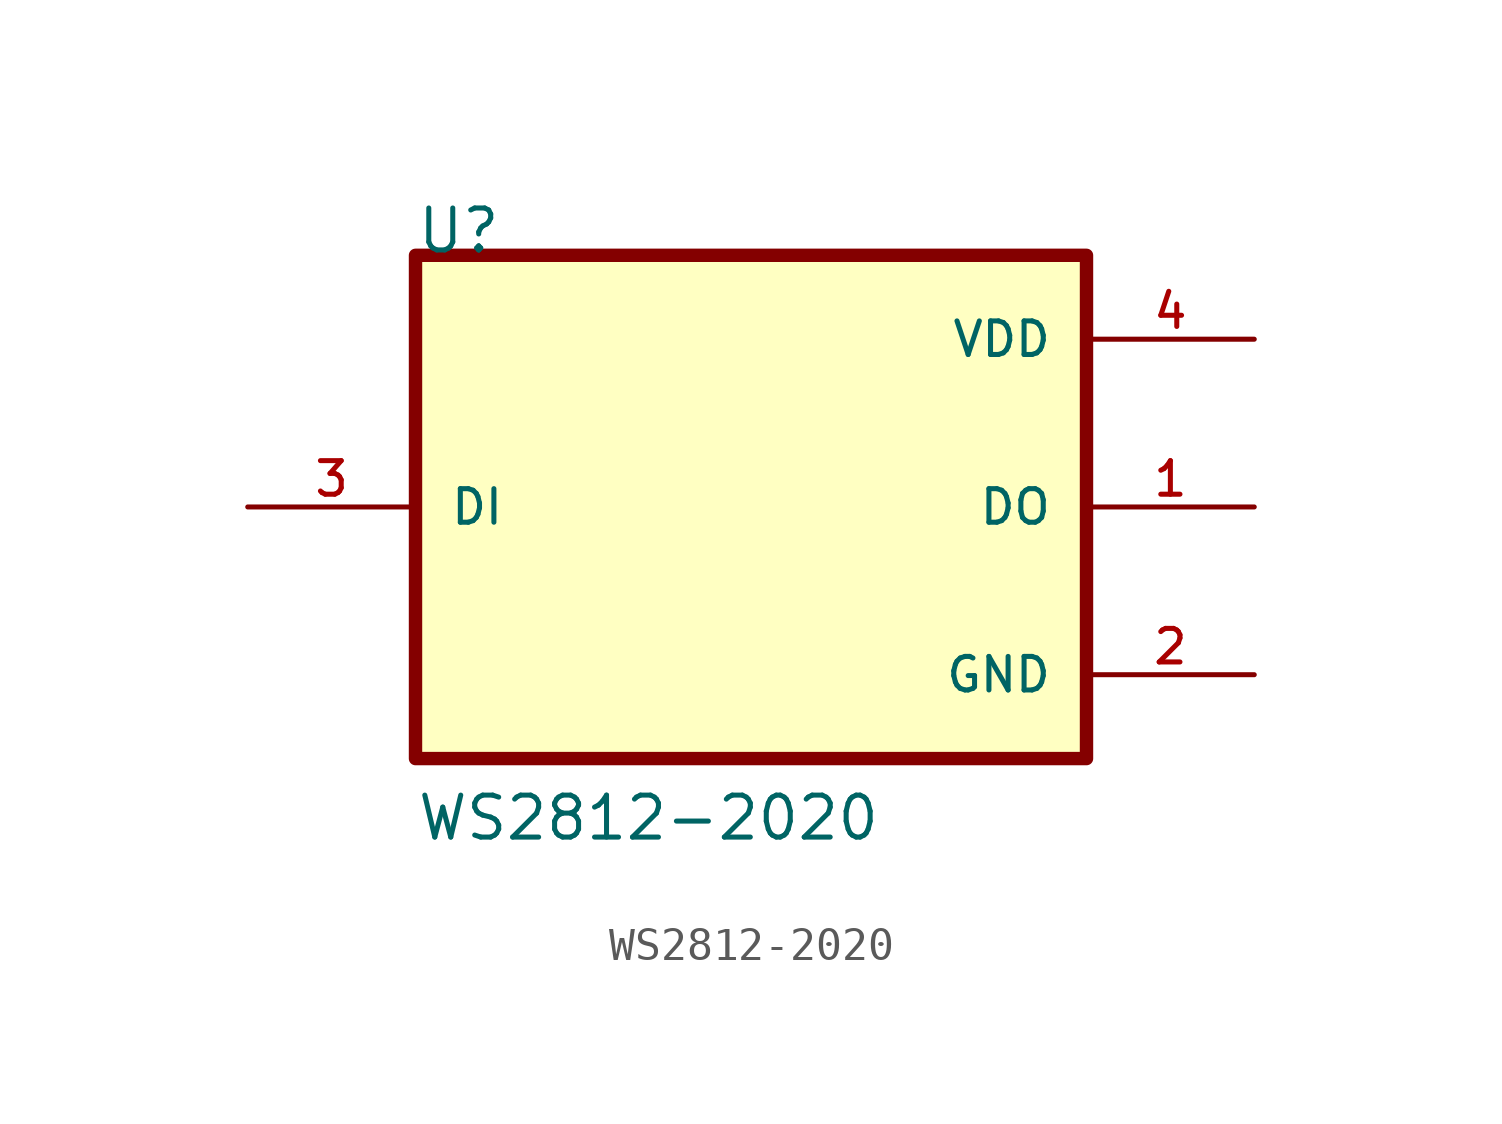
<source format=kicad_sym>
(kicad_symbol_lib
  (version 20211014)
  (generator kicad_symbol_editor)
  (symbol "WS2812-2020"
    (pin_names
      (offset 1.016))
    (property "Reference" "U"
      (at -10.16 7.62 0)
      (effects (font (size 1.27 1.27)) (justify bottom left)))
    (property "Value" "WS2812-2020"
      (at -10.16 -10.16 0)
      (effects (font (size 1.27 1.27)) (justify bottom left)))
    (symbol "WS2812-2020_0_0"
      (rectangle (start -10.16 -7.62) (end 10.16 7.62) (stroke (width 0.406)) (fill (type background)))
      (pin input line (at -15.24 0.0 0) (length 5.08) (name "DI" (effects (font (size 1.016 1.016)))) (number "3" (effects (font (size 1.016 1.016)))))
      (pin output line (at 15.24 0.0 180.0) (length 5.08) (name "DO" (effects (font (size 1.016 1.016)))) (number "1" (effects (font (size 1.016 1.016)))))
      (pin power_in line (at 15.24 -5.08 180.0) (length 5.08) (name "GND" (effects (font (size 1.016 1.016)))) (number "2" (effects (font (size 1.016 1.016)))))
      (pin power_in line (at 15.24 5.08 180.0) (length 5.08) (name "VDD" (effects (font (size 1.016 1.016)))) (number "4" (effects (font (size 1.016 1.016))))))))
</source>
